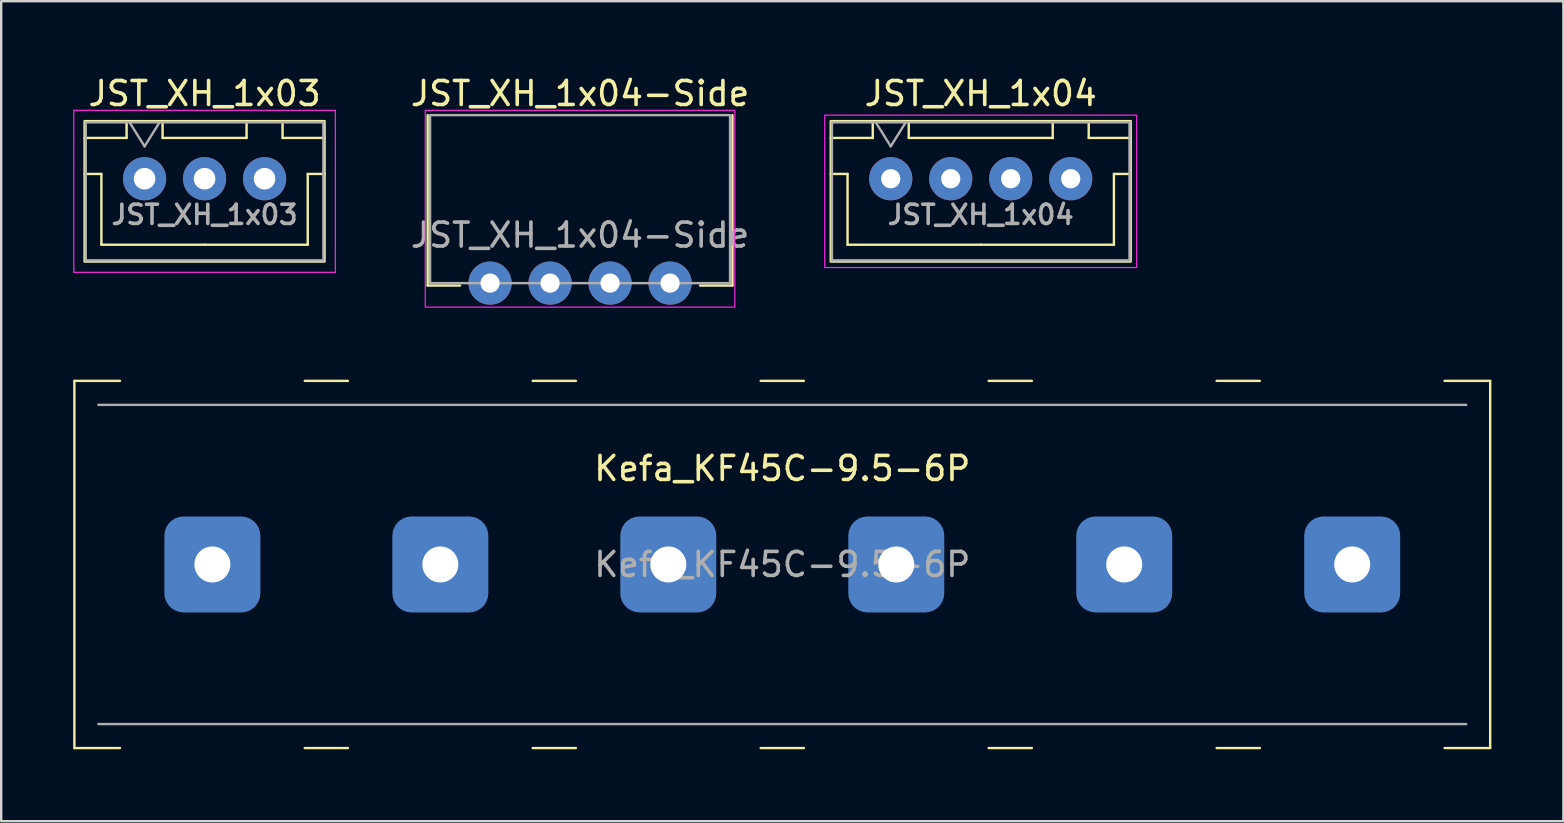
<source format=kicad_pcb>
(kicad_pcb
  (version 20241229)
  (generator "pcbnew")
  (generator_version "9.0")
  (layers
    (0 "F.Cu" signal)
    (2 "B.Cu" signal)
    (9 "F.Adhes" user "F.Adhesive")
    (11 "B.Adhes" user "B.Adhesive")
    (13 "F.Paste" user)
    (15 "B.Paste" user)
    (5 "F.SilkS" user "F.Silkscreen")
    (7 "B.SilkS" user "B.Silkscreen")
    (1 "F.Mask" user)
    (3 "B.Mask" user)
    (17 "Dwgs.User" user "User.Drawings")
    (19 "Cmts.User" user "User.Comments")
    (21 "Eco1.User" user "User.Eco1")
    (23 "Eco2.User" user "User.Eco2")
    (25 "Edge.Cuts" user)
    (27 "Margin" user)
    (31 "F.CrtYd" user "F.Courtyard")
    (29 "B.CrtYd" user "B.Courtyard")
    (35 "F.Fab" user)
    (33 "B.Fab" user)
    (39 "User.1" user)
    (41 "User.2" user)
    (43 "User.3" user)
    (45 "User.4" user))
  (footprint "JST_XH_1x03"
    (layer "F.Cu")
    (at 5.475 4.398)
    (property "Reference" "JST_XH_1x03" (at 0 -3.55 0) (layer "F.SilkS") (effects (font (size 1 1) (thickness 0.15))))
    (attr through_hole)
    (fp_line (start -5 -1.7) (end -3.25 -1.7) (stroke (width 0.1) (type solid)) (layer "F.SilkS"))
    (fp_line (start -5 -0.2) (end -4.3 -0.2) (stroke (width 0.1) (type solid)) (layer "F.SilkS"))
    (fp_line (start -4.3 -0.2) (end -4.3 2.75) (stroke (width 0.1) (type solid)) (layer "F.SilkS"))
    (fp_line (start -4.3 2.75) (end 0 2.75) (stroke (width 0.1) (type solid)) (layer "F.SilkS"))
    (fp_line (start -3.25 -1.7) (end -3.25 -2.4) (stroke (width 0.1) (type solid)) (layer "F.SilkS"))
    (fp_line (start -1.75 -2.4) (end -1.75 -1.7) (stroke (width 0.1) (type solid)) (layer "F.SilkS"))
    (fp_line (start -1.75 -1.7) (end 1.75 -1.7) (stroke (width 0.1) (type solid)) (layer "F.SilkS"))
    (fp_line (start 1.75 -1.7) (end 1.75 -2.4) (stroke (width 0.1) (type solid)) (layer "F.SilkS"))
    (fp_line (start 3.25 -2.4) (end 3.25 -1.7) (stroke (width 0.1) (type solid)) (layer "F.SilkS"))
    (fp_line (start 3.25 -1.7) (end 5 -1.7) (stroke (width 0.1) (type solid)) (layer "F.SilkS"))
    (fp_line (start 4.3 -0.2) (end 4.3 2.75) (stroke (width 0.1) (type solid)) (layer "F.SilkS"))
    (fp_line (start 4.3 2.75) (end 0 2.75) (stroke (width 0.1) (type solid)) (layer "F.SilkS"))
    (fp_line (start 5 -0.2) (end 4.3 -0.2) (stroke (width 0.1) (type solid)) (layer "F.SilkS"))
    (fp_rect (start -5 -2.4) (end 5 3.45) (stroke (width 0.1) (type default)) (fill no) (layer "F.SilkS"))
    (fp_line (start -5.45 -2.85) (end -5.45 3.9) (stroke (width 0.05) (type solid)) (layer "F.CrtYd"))
    (fp_line (start -5.45 3.9) (end 5.45 3.9) (stroke (width 0.05) (type solid)) (layer "F.CrtYd"))
    (fp_line (start 5.45 -2.85) (end -5.45 -2.85) (stroke (width 0.05) (type solid)) (layer "F.CrtYd"))
    (fp_line (start 5.45 3.9) (end 5.45 -2.85) (stroke (width 0.05) (type solid)) (layer "F.CrtYd"))
    (fp_line (start -4.95 -2.35) (end -4.95 3.4) (stroke (width 0.1) (type solid)) (layer "F.Fab"))
    (fp_line (start -4.95 3.4) (end 4.95 3.4) (stroke (width 0.1) (type solid)) (layer "F.Fab"))
    (fp_line (start -3.125 -2.35) (end -2.5 -1.35) (stroke (width 0.1) (type solid)) (layer "F.Fab"))
    (fp_line (start -2.5 -1.35) (end -1.875 -2.35) (stroke (width 0.1) (type solid)) (layer "F.Fab"))
    (fp_line (start 4.95 -2.35) (end -4.95 -2.35) (stroke (width 0.1) (type solid)) (layer "F.Fab"))
    (fp_line (start 4.95 3.4) (end 4.95 -2.35) (stroke (width 0.1) (type solid)) (layer "F.Fab"))
    (fp_text user "${REFERENCE}" (at 0 1.5 0) (layer "F.Fab") (effects (font (size 0.8 0.8) (thickness 0.15))))
    (pad "1" thru_hole oval (at -2.5 0) (size 1.8 1.8) (drill 0.9) (layers "*.Cu" "*.Mask"))
    (pad "2" thru_hole oval (at 0 0) (size 1.8 1.8) (drill 0.9) (layers "*.Cu" "*.Mask"))
    (pad "3" thru_hole oval (at 2.5 0) (size 1.8 1.8) (drill 0.9) (layers "*.Cu" "*.Mask")))
  (footprint "Kefa_KF45C-9.5-6P"
    (layer "F.Cu")
    (at 29.55 20.473)
    (property "Reference" "Kefa_KF45C-9.5-6P" (at 0 -4 0) (layer "F.SilkS") (effects (font (size 1 1) (thickness 0.15))))
    (attr through_hole)
    (fp_line (start -29.5 -7.65) (end -29.5 7.65) (stroke (width 0.1) (type solid)) (layer "F.SilkS"))
    (fp_line (start -29.5 7.65) (end -27.6 7.65) (stroke (width 0.1) (type default)) (layer "F.SilkS"))
    (fp_line (start -27.6 -7.65) (end -29.5 -7.65) (stroke (width 0.1) (type default)) (layer "F.SilkS"))
    (fp_line (start -18.1 -7.65) (end -19.9 -7.65) (stroke (width 0.1) (type default)) (layer "F.SilkS"))
    (fp_line (start -18.1 7.65) (end -19.9 7.65) (stroke (width 0.1) (type default)) (layer "F.SilkS"))
    (fp_line (start -8.6 -7.65) (end -10.4 -7.65) (stroke (width 0.1) (type default)) (layer "F.SilkS"))
    (fp_line (start -8.6 7.65) (end -10.4 7.65) (stroke (width 0.1) (type default)) (layer "F.SilkS"))
    (fp_line (start 0.9 -7.65) (end -0.9 -7.65) (stroke (width 0.1) (type default)) (layer "F.SilkS"))
    (fp_line (start 0.9 7.65) (end -0.9 7.65) (stroke (width 0.1) (type default)) (layer "F.SilkS"))
    (fp_line (start 10.4 -7.65) (end 8.6 -7.65) (stroke (width 0.1) (type default)) (layer "F.SilkS"))
    (fp_line (start 10.4 7.65) (end 8.6 7.65) (stroke (width 0.1) (type default)) (layer "F.SilkS"))
    (fp_line (start 19.9 -7.65) (end 18.1 -7.65) (stroke (width 0.1) (type default)) (layer "F.SilkS"))
    (fp_line (start 19.9 7.65) (end 18.1 7.65) (stroke (width 0.1) (type default)) (layer "F.SilkS"))
    (fp_line (start 27.6 -7.65) (end 29.5 -7.65) (stroke (width 0.1) (type default)) (layer "F.SilkS"))
    (fp_line (start 29.5 -7.65) (end 29.5 7.65) (stroke (width 0.1) (type solid)) (layer "F.SilkS"))
    (fp_line (start 29.5 7.65) (end 27.6 7.65) (stroke (width 0.1) (type default)) (layer "F.SilkS"))
    (fp_line (start 28.5 -6.65) (end -28.5 -6.65) (stroke (width 0.1) (type default)) (layer "F.Fab"))
    (fp_line (start 28.5 6.65) (end -28.5 6.65) (stroke (width 0.1) (type default)) (layer "F.Fab"))
    (fp_text user "${REFERENCE}" (at 0 0 0) (layer "F.Fab") (effects (font (size 1 1) (thickness 0.15))))
    (pad "1" thru_hole roundrect (at -23.75 0) (size 2.5 2.5) (drill 1.5) (layers "*.Cu" "*.Mask") (roundrect_rratio 0.2))
    (pad "1" smd roundrect (at -23.75 0) (size 4 4) (layers "B.Cu" "B.Mask") (roundrect_rratio 0.2))
    (pad "2" thru_hole roundrect (at -14.25 0) (size 2.5 2.5) (drill 1.5) (layers "*.Cu" "*.Mask") (roundrect_rratio 0.2))
    (pad "2" smd roundrect (at -14.25 0) (size 4 4) (layers "B.Cu" "B.Mask") (roundrect_rratio 0.2))
    (pad "3" thru_hole roundrect (at -4.75 0) (size 2.5 2.5) (drill 1.5) (layers "*.Cu" "*.Mask") (roundrect_rratio 0.2))
    (pad "3" smd roundrect (at -4.75 0) (size 4 4) (layers "B.Cu" "B.Mask") (roundrect_rratio 0.2))
    (pad "4" thru_hole roundrect (at 4.75 0) (size 2.5 2.5) (drill 1.5) (layers "*.Cu" "*.Mask") (roundrect_rratio 0.2))
    (pad "4" smd roundrect (at 4.75 0) (size 4 4) (layers "B.Cu" "B.Mask") (roundrect_rratio 0.2))
    (pad "5" thru_hole roundrect (at 14.25 0) (size 2.5 2.5) (drill 1.5) (layers "*.Cu" "*.Mask") (roundrect_rratio 0.2))
    (pad "5" smd roundrect (at 14.25 0) (size 4 4) (layers "B.Cu" "B.Mask") (roundrect_rratio 0.2))
    (pad "6" thru_hole roundrect (at 23.75 0) (size 2.5 2.5) (drill 1.5) (layers "*.Cu" "*.Mask") (roundrect_rratio 0.2))
    (pad "6" smd roundrect (at 23.75 0) (size 4 4) (layers "B.Cu" "B.Mask") (roundrect_rratio 0.2)))
  (footprint "JST_XH_1x04-Side"
    (layer "F.Cu")
    (at 21.123 8.748)
    (property "Reference" "JST_XH_1x04-Side" (at 0 -7.9 0) (unlocked yes) (layer "F.SilkS") (effects (font (size 1 1) (thickness 0.15))))
    (attr through_hole)
    (fp_line (start -6.35 -7) (end -6.35 0.1) (stroke (width 0.1) (type default)) (layer "F.SilkS"))
    (fp_line (start -6.35 0.1) (end -5 0.1) (stroke (width 0.1) (type default)) (layer "F.SilkS"))
    (fp_line (start 5 0.1) (end 6.35 0.1) (stroke (width 0.1) (type default)) (layer "F.SilkS"))
    (fp_line (start 6.35 0.1) (end 6.35 -7) (stroke (width 0.1) (type default)) (layer "F.SilkS"))
    (fp_rect (start -6.45 -7.2) (end 6.45 1) (stroke (width 0.05) (type default)) (fill no) (layer "F.CrtYd"))
    (fp_rect (start -6.25 -7) (end 6.25 0) (stroke (width 0.1) (type default)) (fill no) (layer "F.Fab"))
    (fp_text user "${REFERENCE}" (at 0 -2 0) (unlocked yes) (layer "F.Fab") (effects (font (size 1 1) (thickness 0.15))))
    (pad "1" thru_hole circle (at 3.75 0) (size 1.8 1.8) (drill 0.8) (layers "*.Cu" "*.Mask") (remove_unused_layers yes) (keep_end_layers yes) (zone_layer_connections))
    (pad "2" thru_hole circle (at 1.25 0) (size 1.8 1.8) (drill 0.8) (layers "*.Cu" "*.Mask") (remove_unused_layers yes) (keep_end_layers yes) (zone_layer_connections))
    (pad "3" thru_hole circle (at -1.25 0) (size 1.8 1.8) (drill 0.8) (layers "*.Cu" "*.Mask") (remove_unused_layers yes) (keep_end_layers yes) (zone_layer_connections))
    (pad "4" thru_hole circle (at -3.75 0) (size 1.8 1.8) (drill 0.8) (layers "*.Cu" "*.Mask") (remove_unused_layers yes) (keep_end_layers yes) (zone_layer_connections)))
  (footprint "JST_XH_1x04"
    (layer "F.Cu")
    (at 37.82 4.398)
    (property "Reference" "JST_XH_1x04" (at 0 -3.55 0) (layer "F.SilkS") (effects (font (size 1 1) (thickness 0.15))))
    (attr through_hole)
    (fp_line (start -6.25 -1.7) (end -4.5 -1.7) (stroke (width 0.1) (type solid)) (layer "F.SilkS"))
    (fp_line (start -6.25 -0.2) (end -5.55 -0.2) (stroke (width 0.1) (type solid)) (layer "F.SilkS"))
    (fp_line (start -5.55 -0.2) (end -5.55 2.75) (stroke (width 0.1) (type solid)) (layer "F.SilkS"))
    (fp_line (start -5.55 2.75) (end 0 2.75) (stroke (width 0.1) (type solid)) (layer "F.SilkS"))
    (fp_line (start -4.5 -1.7) (end -4.5 -2.4) (stroke (width 0.1) (type solid)) (layer "F.SilkS"))
    (fp_line (start -3 -2.4) (end -3 -1.7) (stroke (width 0.1) (type solid)) (layer "F.SilkS"))
    (fp_line (start -3 -1.7) (end 3 -1.7) (stroke (width 0.1) (type solid)) (layer "F.SilkS"))
    (fp_line (start 3 -1.7) (end 3 -2.4) (stroke (width 0.1) (type solid)) (layer "F.SilkS"))
    (fp_line (start 4.5 -2.4) (end 4.5 -1.7) (stroke (width 0.1) (type solid)) (layer "F.SilkS"))
    (fp_line (start 4.5 -1.7) (end 6.25 -1.7) (stroke (width 0.1) (type solid)) (layer "F.SilkS"))
    (fp_line (start 5.55 -0.2) (end 5.55 2.75) (stroke (width 0.1) (type solid)) (layer "F.SilkS"))
    (fp_line (start 5.55 2.75) (end 0 2.75) (stroke (width 0.1) (type solid)) (layer "F.SilkS"))
    (fp_line (start 6.25 -0.2) (end 5.55 -0.2) (stroke (width 0.1) (type solid)) (layer "F.SilkS"))
    (fp_rect (start -6.25 -2.4) (end 6.25 3.45) (stroke (width 0.1) (type default)) (fill no) (layer "F.SilkS"))
    (fp_rect (start 6.5 -2.65) (end -6.5 3.7) (stroke (width 0.05) (type default)) (fill no) (layer "F.CrtYd"))
    (fp_line (start -6.2 -2.35) (end -6.2 3.4) (stroke (width 0.1) (type solid)) (layer "F.Fab"))
    (fp_line (start -6.2 3.4) (end 6.2 3.4) (stroke (width 0.1) (type solid)) (layer "F.Fab"))
    (fp_line (start -4.375 -2.35) (end -3.75 -1.35) (stroke (width 0.1) (type solid)) (layer "F.Fab"))
    (fp_line (start -3.75 -1.35) (end -3.125 -2.35) (stroke (width 0.1) (type solid)) (layer "F.Fab"))
    (fp_line (start 6.2 -2.35) (end -6.2 -2.35) (stroke (width 0.1) (type solid)) (layer "F.Fab"))
    (fp_line (start 6.2 3.4) (end 6.2 -2.35) (stroke (width 0.1) (type solid)) (layer "F.Fab"))
    (fp_text user "${REFERENCE}" (at 0 1.5 0) (layer "F.Fab") (effects (font (size 0.8 0.8) (thickness 0.15))))
    (pad "1" thru_hole oval (at -3.75 0) (size 1.8 1.8) (drill 0.8) (layers "*.Cu" "*.Mask"))
    (pad "2" thru_hole oval (at -1.25 0) (size 1.8 1.8) (drill 0.8) (layers "*.Cu" "*.Mask"))
    (pad "3" thru_hole oval (at 1.25 0) (size 1.8 1.8) (drill 0.8) (layers "*.Cu" "*.Mask"))
    (pad "4" thru_hole oval (at 3.75 0) (size 1.8 1.8) (drill 0.8) (layers "*.Cu" "*.Mask")))
  (gr_rect
    (start -3 -3)
    (end 62.1 31.173)
    (stroke (width 0.1) (type default))
    (fill no)
    (layer "Edge.Cuts")))
</source>
